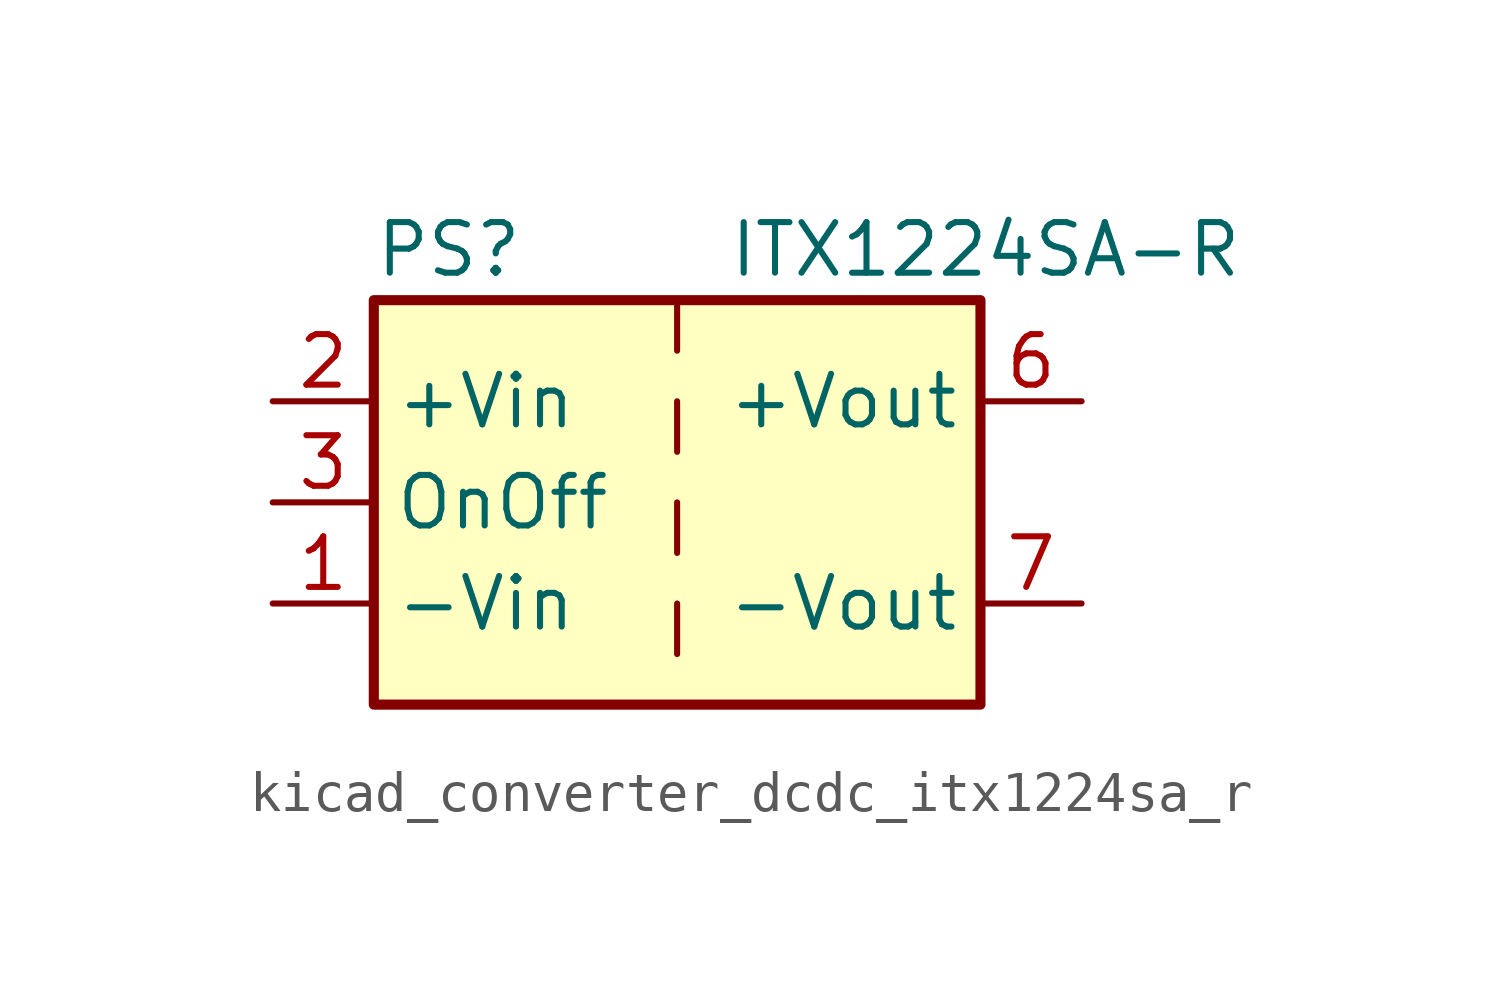
<source format=kicad_sym>
(kicad_symbol_lib
  (version 20220914)
  (generator kicad_symbol_editor)
  (symbol "kicad_converter_dcdc_itx1224sa_r"
    (property "Reference" "PS"
      (at -7.62 6.35 0)
      (effects (font (size 1.27 1.27)) (justify left)))
    (property "Value" "ITX1224SA-R"
      (at 1.27 6.35 0)
      (effects (font (size 1.27 1.27)) (justify left)))
    (symbol "kicad_converter_dcdc_itx1224sa_r_0_0"
      (pin power_in line (at -10.16 -2.54 0) (length 2.54) (name "-Vin" (effects (font (size 1.27 1.27)))) (number "1" (effects (font (size 1.27 1.27)))))
      (pin power_in line (at -10.16 2.54 0) (length 2.54) (name "+Vin" (effects (font (size 1.27 1.27)))) (number "2" (effects (font (size 1.27 1.27)))))
      (pin input line (at -10.16 0 0) (length 2.54) (name "OnOff" (effects (font (size 1.27 1.27)))) (number "3" (effects (font (size 1.27 1.27)))))
      (pin no_connect line (at 0 5.08 270) (length 2.54) hide (name "NC" (effects (font (size 1.27 1.27)))) (number "5" (effects (font (size 1.27 1.27)))))
      (pin power_out line (at 10.16 2.54 180) (length 2.54) (name "+Vout" (effects (font (size 1.27 1.27)))) (number "6" (effects (font (size 1.27 1.27)))))
      (pin power_out line (at 10.16 -2.54 180) (length 2.54) (name "-Vout" (effects (font (size 1.27 1.27)))) (number "7" (effects (font (size 1.27 1.27)))))
      (pin no_connect line (at 7.62 0 180) (length 2.54) hide (name "NC" (effects (font (size 1.27 1.27)))) (number "8" (effects (font (size 1.27 1.27))))))
    (symbol "kicad_converter_dcdc_itx1224sa_r_0_1"
      (rectangle (start -7.62 5.08) (end 7.62 -5.08) (stroke (width 0.254) (type default)) (fill (type background)))
      (polyline (pts (xy 0 -2.54) (xy 0 -3.81)) (stroke (width 0) (type default)) (fill (type none)))
      (polyline (pts (xy 0 0) (xy 0 -1.27)) (stroke (width 0) (type default)) (fill (type none)))
      (polyline (pts (xy 0 2.54) (xy 0 1.27)) (stroke (width 0) (type default)) (fill (type none)))
      (polyline (pts (xy 0 5.08) (xy 0 3.81)) (stroke (width 0) (type default)) (fill (type none))))))
</source>
